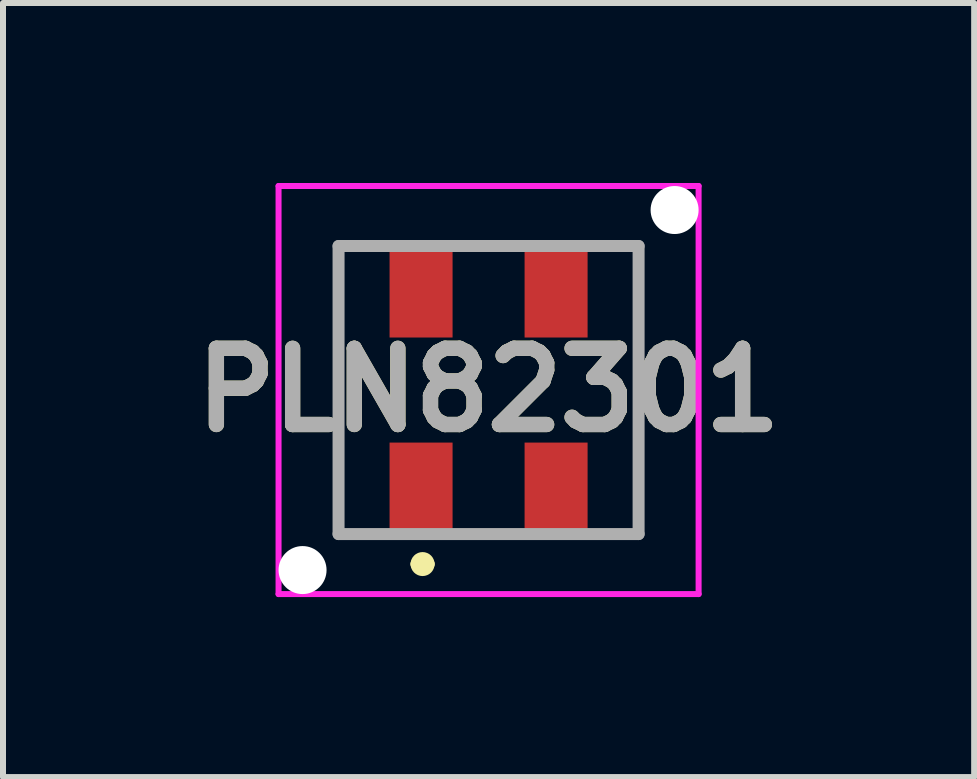
<source format=kicad_pcb>
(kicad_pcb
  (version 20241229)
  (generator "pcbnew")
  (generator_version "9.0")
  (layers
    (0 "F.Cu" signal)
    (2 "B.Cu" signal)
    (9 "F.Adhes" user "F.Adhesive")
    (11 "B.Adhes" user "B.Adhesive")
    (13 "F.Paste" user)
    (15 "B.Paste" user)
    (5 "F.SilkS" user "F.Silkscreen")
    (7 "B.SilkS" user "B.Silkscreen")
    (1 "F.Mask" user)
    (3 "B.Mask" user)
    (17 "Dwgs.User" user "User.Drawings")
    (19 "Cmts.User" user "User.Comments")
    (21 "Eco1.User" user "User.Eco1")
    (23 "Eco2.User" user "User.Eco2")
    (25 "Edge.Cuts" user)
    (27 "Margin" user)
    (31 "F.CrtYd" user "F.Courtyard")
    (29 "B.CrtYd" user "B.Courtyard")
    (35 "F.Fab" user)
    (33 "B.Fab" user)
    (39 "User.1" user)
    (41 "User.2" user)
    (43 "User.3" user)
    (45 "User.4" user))
  (footprint "PLN82301"
    (layer "F.Cu")
    (at 5.092 3.45)
    (property "Reference" "PLN82301" (at 0 0 0) (layer "F.SilkS") (effects (font (size 1.27 1.27) (thickness 0.254))))
    (attr smd)
    (fp_line (start -2.5 -2.4) (end -2 -2.4) (stroke (width 0.1) (type solid)) (layer "F.SilkS"))
    (fp_line (start -2.5 2.4) (end -2.5 -2.4) (stroke (width 0.1) (type solid)) (layer "F.SilkS"))
    (fp_line (start -2 2.4) (end -2.5 2.4) (stroke (width 0.1) (type solid)) (layer "F.SilkS"))
    (fp_line (start -1.2 2.9) (end -1.2 2.9) (stroke (width 0.2) (type solid)) (layer "F.SilkS"))
    (fp_line (start -1 2.9) (end -1 2.9) (stroke (width 0.2) (type solid)) (layer "F.SilkS"))
    (fp_line (start 2 2.4) (end 2.5 2.4) (stroke (width 0.1) (type solid)) (layer "F.SilkS"))
    (fp_line (start 2.5 -2.4) (end 2 -2.4) (stroke (width 0.1) (type solid)) (layer "F.SilkS"))
    (fp_line (start 2.5 2.4) (end 2.5 -2.4) (stroke (width 0.1) (type solid)) (layer "F.SilkS"))
    (fp_arc (start -1.2 2.9) (mid -1.1 2.8) (end -1 2.9) (stroke (width 0.2) (type solid)) (layer "F.SilkS"))
    (fp_arc (start -1 2.9) (mid -1.1 3) (end -1.2 2.9) (stroke (width 0.2) (type solid)) (layer "F.SilkS"))
    (fp_line (start -3.5 -3.4) (end 3.5 -3.4) (stroke (width 0.1) (type solid)) (layer "F.CrtYd"))
    (fp_line (start -3.5 3.4) (end -3.5 -3.4) (stroke (width 0.1) (type solid)) (layer "F.CrtYd"))
    (fp_line (start 3.5 -3.4) (end 3.5 3.4) (stroke (width 0.1) (type solid)) (layer "F.CrtYd"))
    (fp_line (start 3.5 3.4) (end -3.5 3.4) (stroke (width 0.1) (type solid)) (layer "F.CrtYd"))
    (fp_line (start -2.5 -2.4) (end 2.5 -2.4) (stroke (width 0.2) (type solid)) (layer "F.Fab"))
    (fp_line (start -2.5 2.4) (end -2.5 -2.4) (stroke (width 0.2) (type solid)) (layer "F.Fab"))
    (fp_line (start 2.5 -2.4) (end 2.5 2.4) (stroke (width 0.2) (type solid)) (layer "F.Fab"))
    (fp_line (start 2.5 2.4) (end -2.5 2.4) (stroke (width 0.2) (type solid)) (layer "F.Fab"))
    (fp_text user "${REFERENCE}" (at 0 0 0) (layer "F.Fab") (effects (font (size 1.27 1.27) (thickness 0.254))))
    (pad "" np_thru_hole circle (at -3.1 3) (size 0.8 0.8) (drill 0.8) (layers "*.Cu"))
    (pad "" np_thru_hole circle (at 3.1 -3) (size 0.8 0.8) (drill 0.8) (layers "*.Cu"))
    (pad "1" smd rect (at -1.125 1.613) (size 1.05 1.475) (layers "F.Cu" "F.Mask" "F.Paste"))
    (pad "2" smd rect (at 1.125 1.613) (size 1.05 1.475) (layers "F.Cu" "F.Mask" "F.Paste"))
    (pad "3" smd rect (at 1.125 -1.613) (size 1.05 1.475) (layers "F.Cu" "F.Mask" "F.Paste"))
    (pad "4" smd rect (at -1.125 -1.613) (size 1.05 1.475) (layers "F.Cu" "F.Mask" "F.Paste")))
  (gr_rect
    (start -3 -3)
    (end 13.184 9.9)
    (stroke (width 0.1) (type default))
    (fill no)
    (layer "Edge.Cuts")))
</source>
